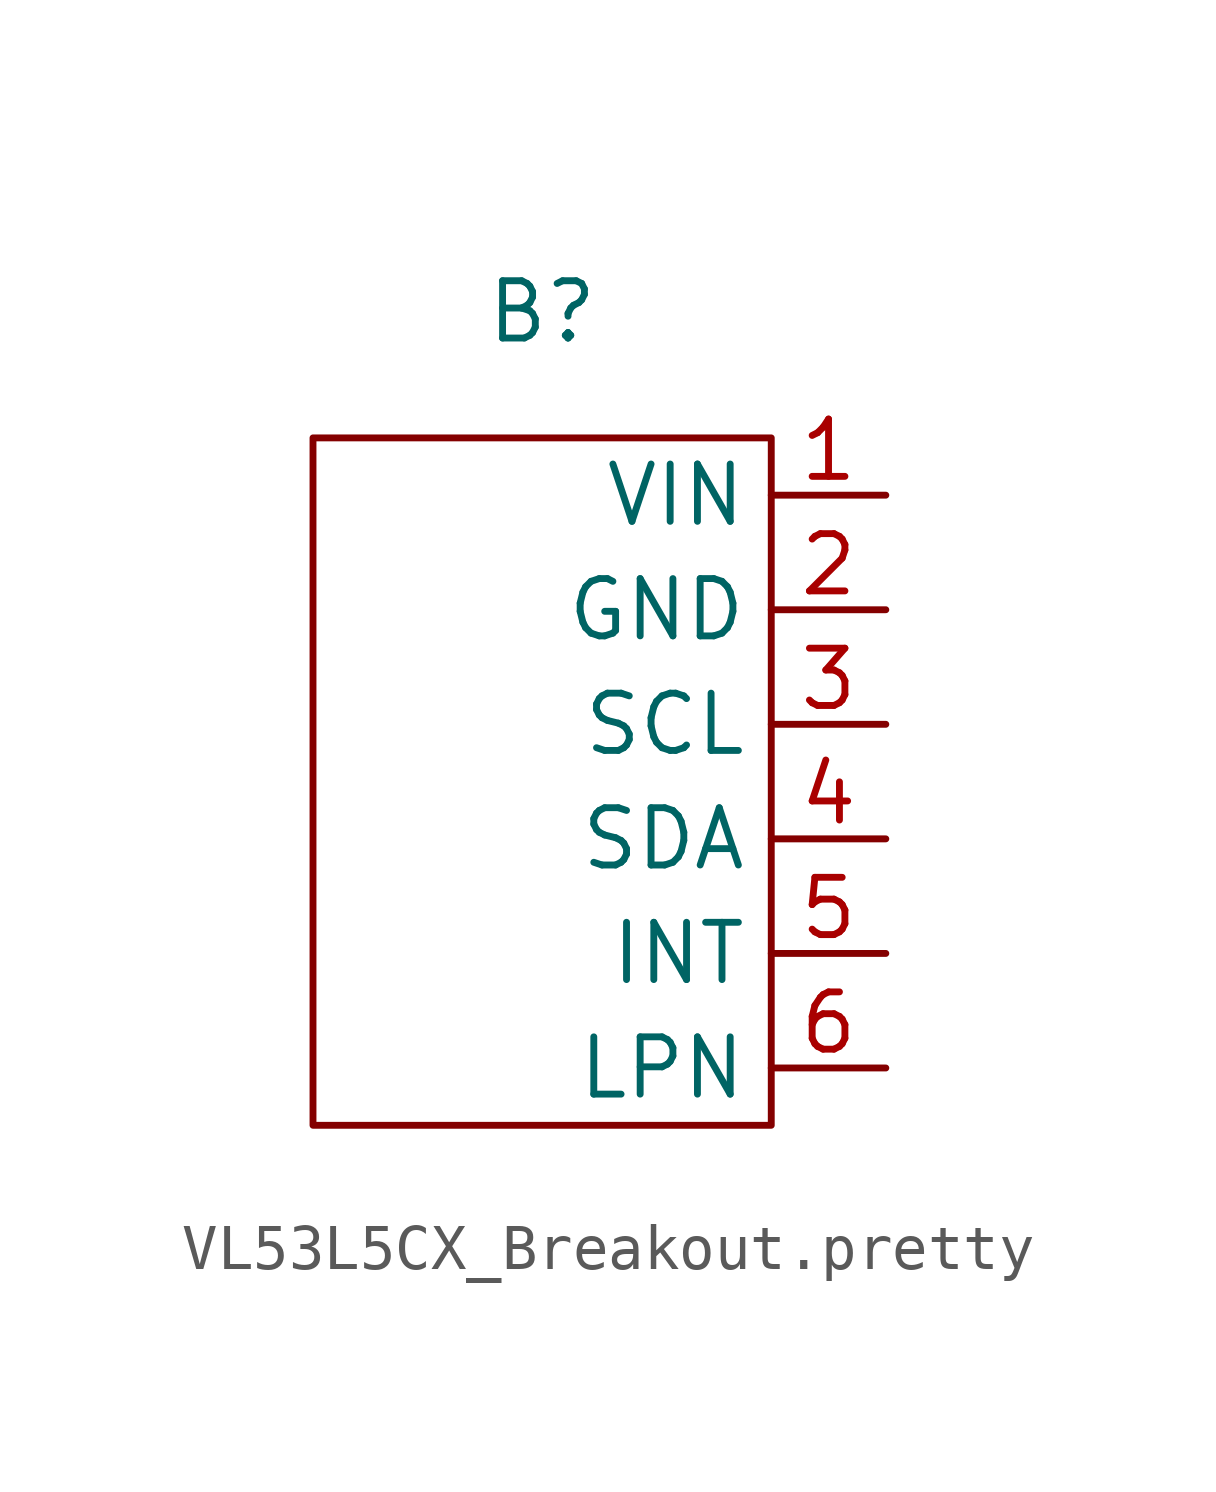
<source format=kicad_sym>
(kicad_symbol_lib
  (version 20231120)
  (generator "kicad_symbol_editor")
  (generator_version "8.0")
  (symbol "VL53L5CX_Breakout.pretty"
    (property "Reference" "B"
      (at -2.54 6.604 0)
      (effects (font (size 1.27 1.27))))
    (property "Value" ""
      (at 0 0 0)
      (effects (font (size 1.27 1.27))))
    (symbol "VL53L5CX_Breakout.pretty_0_1"
      (rectangle (start -7.62 3.81) (end 2.54 -11.43) (stroke (width 0) (type default)) (fill (type none))))
    (symbol "VL53L5CX_Breakout.pretty_1_1"
      (pin power_in line (at 5.08 2.54 180) (length 2.54) (name "VIN" (effects (font (size 1.27 1.27)))) (number "1" (effects (font (size 1.27 1.27)))))
      (pin power_in line (at 5.08 0 180) (length 2.54) (name "GND" (effects (font (size 1.27 1.27)))) (number "2" (effects (font (size 1.27 1.27)))))
      (pin passive line (at 5.08 -2.54 180) (length 2.54) (name "SCL" (effects (font (size 1.27 1.27)))) (number "3" (effects (font (size 1.27 1.27)))))
      (pin passive line (at 5.08 -5.08 180) (length 2.54) (name "SDA" (effects (font (size 1.27 1.27)))) (number "4" (effects (font (size 1.27 1.27)))))
      (pin passive line (at 5.08 -7.62 180) (length 2.54) (name "INT" (effects (font (size 1.27 1.27)))) (number "5" (effects (font (size 1.27 1.27)))))
      (pin passive line (at 5.08 -10.16 180) (length 2.54) (name "LPN" (effects (font (size 1.27 1.27)))) (number "6" (effects (font (size 1.27 1.27))))))))
</source>
